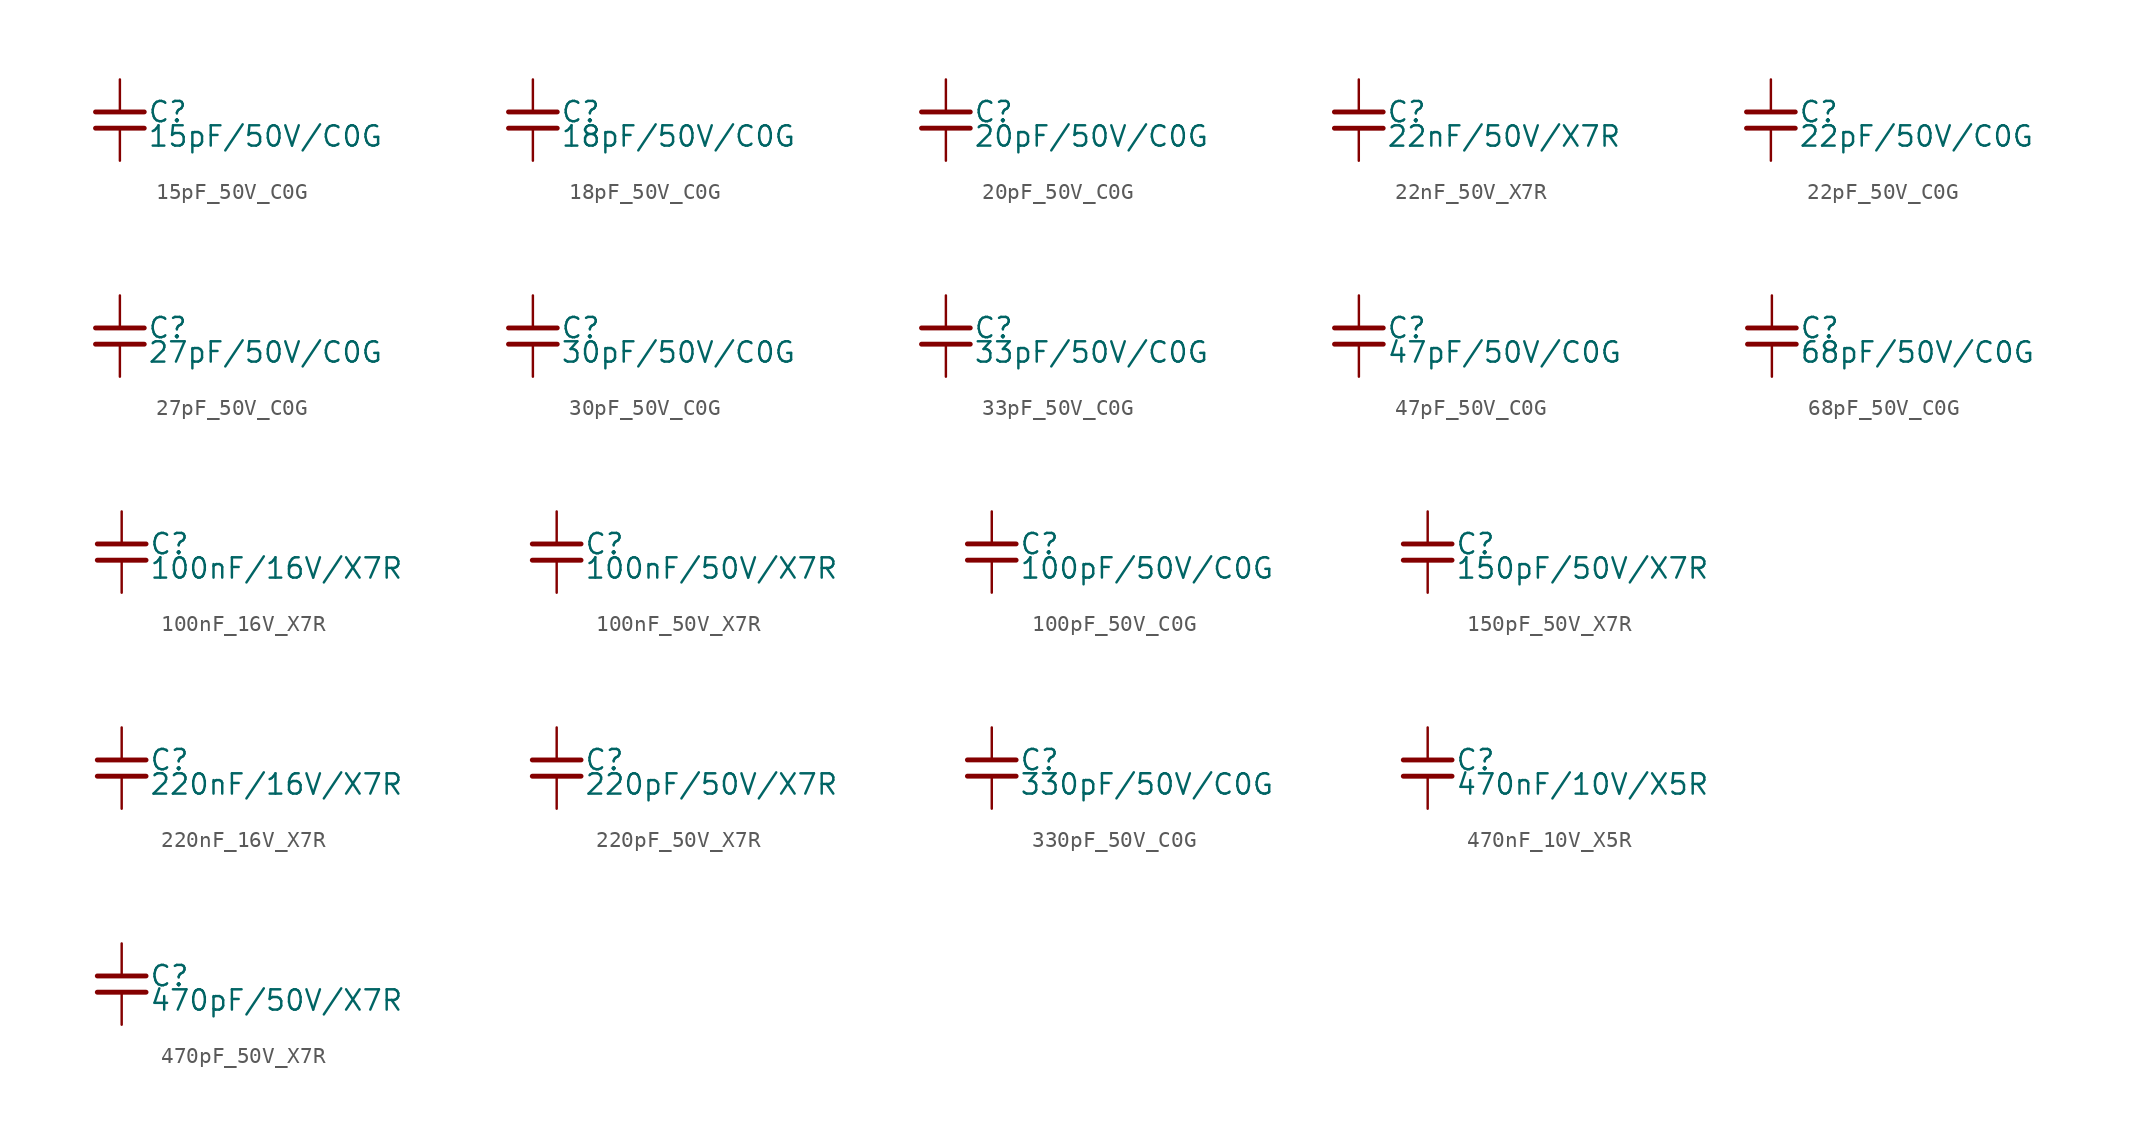
<source format=kicad_sym>
(kicad_symbol_lib
  (version 20211014)
  (generator kicad_symbol_editor)
  (symbol "15pF_50V_C0G "
    (property "Reference" "C"
      (at 1.71 0.508 0)
      (effects (font (size 1.27 1.27)) (justify left)))
    (property "Value" "15pF/50V/C0G "
      (at 1.71 -1.016 0)
      (effects (font (size 1.27 1.27)) (justify left)))
    (property "ki_locked" ""
      (at 0 0 0)
      (effects (font (size 1.27 1.27))))
    (symbol "15pF_50V_C0G _0_0"
      (polyline (pts (xy -1.524 -0.508) (xy 1.524 -0.508)) (stroke (width 0.305) (type default) (color 0 0 0 0)) (fill (type none)))
      (polyline (pts (xy -1.524 0.508) (xy 1.524 0.508)) (stroke (width 0.305) (type default) (color 0 0 0 0)) (fill (type none)))
      (pin passive line (at 0 2.54 270) (length 2.032) (name "~" (effects (font (size 0 0)))) (number "1" (effects (font (size 0 0)))))
      (pin passive line (at 0 -2.54 90) (length 2.032) (name "~" (effects (font (size 0 0)))) (number "2" (effects (font (size 0 0)))))))
  (symbol "18pF_50V_C0G "
    (property "Reference" "C"
      (at 1.71 0.508 0)
      (effects (font (size 1.27 1.27)) (justify left)))
    (property "Value" "18pF/50V/C0G "
      (at 1.71 -1.016 0)
      (effects (font (size 1.27 1.27)) (justify left)))
    (property "ki_locked" ""
      (at 0 0 0)
      (effects (font (size 1.27 1.27))))
    (symbol "18pF_50V_C0G _0_0"
      (polyline (pts (xy -1.524 -0.508) (xy 1.524 -0.508)) (stroke (width 0.305) (type default) (color 0 0 0 0)) (fill (type none)))
      (polyline (pts (xy -1.524 0.508) (xy 1.524 0.508)) (stroke (width 0.305) (type default) (color 0 0 0 0)) (fill (type none)))
      (pin passive line (at 0 2.54 270) (length 2.032) (name "~" (effects (font (size 0 0)))) (number "1" (effects (font (size 0 0)))))
      (pin passive line (at 0 -2.54 90) (length 2.032) (name "~" (effects (font (size 0 0)))) (number "2" (effects (font (size 0 0)))))))
  (symbol "20pF_50V_C0G "
    (property "Reference" "C"
      (at 1.71 0.508 0)
      (effects (font (size 1.27 1.27)) (justify left)))
    (property "Value" "20pF/50V/C0G "
      (at 1.71 -1.016 0)
      (effects (font (size 1.27 1.27)) (justify left)))
    (property "ki_locked" ""
      (at 0 0 0)
      (effects (font (size 1.27 1.27))))
    (symbol "20pF_50V_C0G _0_0"
      (polyline (pts (xy -1.524 -0.508) (xy 1.524 -0.508)) (stroke (width 0.305) (type default) (color 0 0 0 0)) (fill (type none)))
      (polyline (pts (xy -1.524 0.508) (xy 1.524 0.508)) (stroke (width 0.305) (type default) (color 0 0 0 0)) (fill (type none)))
      (pin passive line (at 0 2.54 270) (length 2.032) (name "~" (effects (font (size 0 0)))) (number "1" (effects (font (size 0 0)))))
      (pin passive line (at 0 -2.54 90) (length 2.032) (name "~" (effects (font (size 0 0)))) (number "2" (effects (font (size 0 0)))))))
  (symbol "22nF_50V_X7R "
    (property "Reference" "C"
      (at 1.71 0.508 0)
      (effects (font (size 1.27 1.27)) (justify left)))
    (property "Value" "22nF/50V/X7R "
      (at 1.71 -1.016 0)
      (effects (font (size 1.27 1.27)) (justify left)))
    (property "ki_locked" ""
      (at 0 0 0)
      (effects (font (size 1.27 1.27))))
    (symbol "22nF_50V_X7R _0_0"
      (polyline (pts (xy -1.524 -0.508) (xy 1.524 -0.508)) (stroke (width 0.305) (type default) (color 0 0 0 0)) (fill (type none)))
      (polyline (pts (xy -1.524 0.508) (xy 1.524 0.508)) (stroke (width 0.305) (type default) (color 0 0 0 0)) (fill (type none)))
      (pin passive line (at 0 2.54 270) (length 2.032) (name "~" (effects (font (size 0 0)))) (number "1" (effects (font (size 0 0)))))
      (pin passive line (at 0 -2.54 90) (length 2.032) (name "~" (effects (font (size 0 0)))) (number "2" (effects (font (size 0 0)))))))
  (symbol "22pF_50V_C0G "
    (property "Reference" "C"
      (at 1.71 0.508 0)
      (effects (font (size 1.27 1.27)) (justify left)))
    (property "Value" "22pF/50V/C0G "
      (at 1.71 -1.016 0)
      (effects (font (size 1.27 1.27)) (justify left)))
    (property "ki_locked" ""
      (at 0 0 0)
      (effects (font (size 1.27 1.27))))
    (symbol "22pF_50V_C0G _0_0"
      (polyline (pts (xy -1.524 -0.508) (xy 1.524 -0.508)) (stroke (width 0.305) (type default) (color 0 0 0 0)) (fill (type none)))
      (polyline (pts (xy -1.524 0.508) (xy 1.524 0.508)) (stroke (width 0.305) (type default) (color 0 0 0 0)) (fill (type none)))
      (pin passive line (at 0 2.54 270) (length 2.032) (name "~" (effects (font (size 0 0)))) (number "1" (effects (font (size 0 0)))))
      (pin passive line (at 0 -2.54 90) (length 2.032) (name "~" (effects (font (size 0 0)))) (number "2" (effects (font (size 0 0)))))))
  (symbol "27pF_50V_C0G "
    (property "Reference" "C"
      (at 1.71 0.508 0)
      (effects (font (size 1.27 1.27)) (justify left)))
    (property "Value" "27pF/50V/C0G "
      (at 1.71 -1.016 0)
      (effects (font (size 1.27 1.27)) (justify left)))
    (property "ki_locked" ""
      (at 0 0 0)
      (effects (font (size 1.27 1.27))))
    (symbol "27pF_50V_C0G _0_0"
      (polyline (pts (xy -1.524 -0.508) (xy 1.524 -0.508)) (stroke (width 0.305) (type default) (color 0 0 0 0)) (fill (type none)))
      (polyline (pts (xy -1.524 0.508) (xy 1.524 0.508)) (stroke (width 0.305) (type default) (color 0 0 0 0)) (fill (type none)))
      (pin passive line (at 0 2.54 270) (length 2.032) (name "~" (effects (font (size 0 0)))) (number "1" (effects (font (size 0 0)))))
      (pin passive line (at 0 -2.54 90) (length 2.032) (name "~" (effects (font (size 0 0)))) (number "2" (effects (font (size 0 0)))))))
  (symbol "30pF_50V_C0G "
    (property "Reference" "C"
      (at 1.71 0.508 0)
      (effects (font (size 1.27 1.27)) (justify left)))
    (property "Value" "30pF/50V/C0G "
      (at 1.71 -1.016 0)
      (effects (font (size 1.27 1.27)) (justify left)))
    (property "ki_locked" ""
      (at 0 0 0)
      (effects (font (size 1.27 1.27))))
    (symbol "30pF_50V_C0G _0_0"
      (polyline (pts (xy -1.524 -0.508) (xy 1.524 -0.508)) (stroke (width 0.305) (type default) (color 0 0 0 0)) (fill (type none)))
      (polyline (pts (xy -1.524 0.508) (xy 1.524 0.508)) (stroke (width 0.305) (type default) (color 0 0 0 0)) (fill (type none)))
      (pin passive line (at 0 2.54 270) (length 2.032) (name "~" (effects (font (size 0 0)))) (number "1" (effects (font (size 0 0)))))
      (pin passive line (at 0 -2.54 90) (length 2.032) (name "~" (effects (font (size 0 0)))) (number "2" (effects (font (size 0 0)))))))
  (symbol "33pF_50V_C0G "
    (property "Reference" "C"
      (at 1.71 0.508 0)
      (effects (font (size 1.27 1.27)) (justify left)))
    (property "Value" "33pF/50V/C0G "
      (at 1.71 -1.016 0)
      (effects (font (size 1.27 1.27)) (justify left)))
    (property "ki_locked" ""
      (at 0 0 0)
      (effects (font (size 1.27 1.27))))
    (symbol "33pF_50V_C0G _0_0"
      (polyline (pts (xy -1.524 -0.508) (xy 1.524 -0.508)) (stroke (width 0.305) (type default) (color 0 0 0 0)) (fill (type none)))
      (polyline (pts (xy -1.524 0.508) (xy 1.524 0.508)) (stroke (width 0.305) (type default) (color 0 0 0 0)) (fill (type none)))
      (pin passive line (at 0 2.54 270) (length 2.032) (name "~" (effects (font (size 0 0)))) (number "1" (effects (font (size 0 0)))))
      (pin passive line (at 0 -2.54 90) (length 2.032) (name "~" (effects (font (size 0 0)))) (number "2" (effects (font (size 0 0)))))))
  (symbol "47pF_50V_C0G "
    (property "Reference" "C"
      (at 1.71 0.508 0)
      (effects (font (size 1.27 1.27)) (justify left)))
    (property "Value" "47pF/50V/C0G "
      (at 1.71 -1.016 0)
      (effects (font (size 1.27 1.27)) (justify left)))
    (property "ki_locked" ""
      (at 0 0 0)
      (effects (font (size 1.27 1.27))))
    (symbol "47pF_50V_C0G _0_0"
      (polyline (pts (xy -1.524 -0.508) (xy 1.524 -0.508)) (stroke (width 0.305) (type default) (color 0 0 0 0)) (fill (type none)))
      (polyline (pts (xy -1.524 0.508) (xy 1.524 0.508)) (stroke (width 0.305) (type default) (color 0 0 0 0)) (fill (type none)))
      (pin passive line (at 0 2.54 270) (length 2.032) (name "~" (effects (font (size 0 0)))) (number "1" (effects (font (size 0 0)))))
      (pin passive line (at 0 -2.54 90) (length 2.032) (name "~" (effects (font (size 0 0)))) (number "2" (effects (font (size 0 0)))))))
  (symbol "68pF_50V_C0G "
    (property "Reference" "C"
      (at 1.71 0.508 0)
      (effects (font (size 1.27 1.27)) (justify left)))
    (property "Value" "68pF/50V/C0G "
      (at 1.71 -1.016 0)
      (effects (font (size 1.27 1.27)) (justify left)))
    (property "ki_locked" ""
      (at 0 0 0)
      (effects (font (size 1.27 1.27))))
    (symbol "68pF_50V_C0G _0_0"
      (polyline (pts (xy -1.524 -0.508) (xy 1.524 -0.508)) (stroke (width 0.305) (type default) (color 0 0 0 0)) (fill (type none)))
      (polyline (pts (xy -1.524 0.508) (xy 1.524 0.508)) (stroke (width 0.305) (type default) (color 0 0 0 0)) (fill (type none)))
      (pin passive line (at 0 2.54 270) (length 2.032) (name "~" (effects (font (size 0 0)))) (number "1" (effects (font (size 0 0)))))
      (pin passive line (at 0 -2.54 90) (length 2.032) (name "~" (effects (font (size 0 0)))) (number "2" (effects (font (size 0 0)))))))
  (symbol "100nF_16V_X7R "
    (property "Reference" "C"
      (at 1.71 0.508 0)
      (effects (font (size 1.27 1.27)) (justify left)))
    (property "Value" "100nF/16V/X7R "
      (at 1.71 -1.016 0)
      (effects (font (size 1.27 1.27)) (justify left)))
    (property "ki_locked" ""
      (at 0 0 0)
      (effects (font (size 1.27 1.27))))
    (symbol "100nF_16V_X7R _0_0"
      (polyline (pts (xy -1.524 -0.508) (xy 1.524 -0.508)) (stroke (width 0.305) (type default) (color 0 0 0 0)) (fill (type none)))
      (polyline (pts (xy -1.524 0.508) (xy 1.524 0.508)) (stroke (width 0.305) (type default) (color 0 0 0 0)) (fill (type none)))
      (pin passive line (at 0 2.54 270) (length 2.032) (name "~" (effects (font (size 0 0)))) (number "1" (effects (font (size 0 0)))))
      (pin passive line (at 0 -2.54 90) (length 2.032) (name "~" (effects (font (size 0 0)))) (number "2" (effects (font (size 0 0)))))))
  (symbol "100nF_50V_X7R "
    (property "Reference" "C"
      (at 1.71 0.508 0)
      (effects (font (size 1.27 1.27)) (justify left)))
    (property "Value" "100nF/50V/X7R "
      (at 1.71 -1.016 0)
      (effects (font (size 1.27 1.27)) (justify left)))
    (property "ki_locked" ""
      (at 0 0 0)
      (effects (font (size 1.27 1.27))))
    (symbol "100nF_50V_X7R _0_0"
      (polyline (pts (xy -1.524 -0.508) (xy 1.524 -0.508)) (stroke (width 0.305) (type default) (color 0 0 0 0)) (fill (type none)))
      (polyline (pts (xy -1.524 0.508) (xy 1.524 0.508)) (stroke (width 0.305) (type default) (color 0 0 0 0)) (fill (type none)))
      (pin passive line (at 0 2.54 270) (length 2.032) (name "~" (effects (font (size 0 0)))) (number "1" (effects (font (size 0 0)))))
      (pin passive line (at 0 -2.54 90) (length 2.032) (name "~" (effects (font (size 0 0)))) (number "2" (effects (font (size 0 0)))))))
  (symbol "100pF_50V_C0G "
    (property "Reference" "C"
      (at 1.71 0.508 0)
      (effects (font (size 1.27 1.27)) (justify left)))
    (property "Value" "100pF/50V/C0G "
      (at 1.71 -1.016 0)
      (effects (font (size 1.27 1.27)) (justify left)))
    (property "ki_locked" ""
      (at 0 0 0)
      (effects (font (size 1.27 1.27))))
    (symbol "100pF_50V_C0G _0_0"
      (polyline (pts (xy -1.524 -0.508) (xy 1.524 -0.508)) (stroke (width 0.305) (type default) (color 0 0 0 0)) (fill (type none)))
      (polyline (pts (xy -1.524 0.508) (xy 1.524 0.508)) (stroke (width 0.305) (type default) (color 0 0 0 0)) (fill (type none)))
      (pin passive line (at 0 2.54 270) (length 2.032) (name "~" (effects (font (size 0 0)))) (number "1" (effects (font (size 0 0)))))
      (pin passive line (at 0 -2.54 90) (length 2.032) (name "~" (effects (font (size 0 0)))) (number "2" (effects (font (size 0 0)))))))
  (symbol "150pF_50V_X7R "
    (property "Reference" "C"
      (at 1.71 0.508 0)
      (effects (font (size 1.27 1.27)) (justify left)))
    (property "Value" "150pF/50V/X7R "
      (at 1.71 -1.016 0)
      (effects (font (size 1.27 1.27)) (justify left)))
    (property "ki_locked" ""
      (at 0 0 0)
      (effects (font (size 1.27 1.27))))
    (symbol "150pF_50V_X7R _0_0"
      (polyline (pts (xy -1.524 -0.508) (xy 1.524 -0.508)) (stroke (width 0.305) (type default) (color 0 0 0 0)) (fill (type none)))
      (polyline (pts (xy -1.524 0.508) (xy 1.524 0.508)) (stroke (width 0.305) (type default) (color 0 0 0 0)) (fill (type none)))
      (pin passive line (at 0 2.54 270) (length 2.032) (name "~" (effects (font (size 0 0)))) (number "1" (effects (font (size 0 0)))))
      (pin passive line (at 0 -2.54 90) (length 2.032) (name "~" (effects (font (size 0 0)))) (number "2" (effects (font (size 0 0)))))))
  (symbol "220nF_16V_X7R "
    (property "Reference" "C"
      (at 1.71 0.508 0)
      (effects (font (size 1.27 1.27)) (justify left)))
    (property "Value" "220nF/16V/X7R "
      (at 1.71 -1.016 0)
      (effects (font (size 1.27 1.27)) (justify left)))
    (property "ki_locked" ""
      (at 0 0 0)
      (effects (font (size 1.27 1.27))))
    (symbol "220nF_16V_X7R _0_0"
      (polyline (pts (xy -1.524 -0.508) (xy 1.524 -0.508)) (stroke (width 0.305) (type default) (color 0 0 0 0)) (fill (type none)))
      (polyline (pts (xy -1.524 0.508) (xy 1.524 0.508)) (stroke (width 0.305) (type default) (color 0 0 0 0)) (fill (type none)))
      (pin passive line (at 0 2.54 270) (length 2.032) (name "~" (effects (font (size 0 0)))) (number "1" (effects (font (size 0 0)))))
      (pin passive line (at 0 -2.54 90) (length 2.032) (name "~" (effects (font (size 0 0)))) (number "2" (effects (font (size 0 0)))))))
  (symbol "220pF_50V_X7R "
    (property "Reference" "C"
      (at 1.71 0.508 0)
      (effects (font (size 1.27 1.27)) (justify left)))
    (property "Value" "220pF/50V/X7R "
      (at 1.71 -1.016 0)
      (effects (font (size 1.27 1.27)) (justify left)))
    (property "ki_locked" ""
      (at 0 0 0)
      (effects (font (size 1.27 1.27))))
    (symbol "220pF_50V_X7R _0_0"
      (polyline (pts (xy -1.524 -0.508) (xy 1.524 -0.508)) (stroke (width 0.305) (type default) (color 0 0 0 0)) (fill (type none)))
      (polyline (pts (xy -1.524 0.508) (xy 1.524 0.508)) (stroke (width 0.305) (type default) (color 0 0 0 0)) (fill (type none)))
      (pin passive line (at 0 2.54 270) (length 2.032) (name "~" (effects (font (size 0 0)))) (number "1" (effects (font (size 0 0)))))
      (pin passive line (at 0 -2.54 90) (length 2.032) (name "~" (effects (font (size 0 0)))) (number "2" (effects (font (size 0 0)))))))
  (symbol "330pF_50V_C0G "
    (property "Reference" "C"
      (at 1.71 0.508 0)
      (effects (font (size 1.27 1.27)) (justify left)))
    (property "Value" "330pF/50V/C0G "
      (at 1.71 -1.016 0)
      (effects (font (size 1.27 1.27)) (justify left)))
    (property "ki_locked" ""
      (at 0 0 0)
      (effects (font (size 1.27 1.27))))
    (symbol "330pF_50V_C0G _0_0"
      (polyline (pts (xy -1.524 -0.508) (xy 1.524 -0.508)) (stroke (width 0.305) (type default) (color 0 0 0 0)) (fill (type none)))
      (polyline (pts (xy -1.524 0.508) (xy 1.524 0.508)) (stroke (width 0.305) (type default) (color 0 0 0 0)) (fill (type none)))
      (pin passive line (at 0 2.54 270) (length 2.032) (name "~" (effects (font (size 0 0)))) (number "1" (effects (font (size 0 0)))))
      (pin passive line (at 0 -2.54 90) (length 2.032) (name "~" (effects (font (size 0 0)))) (number "2" (effects (font (size 0 0)))))))
  (symbol "470nF_10V_X5R "
    (property "Reference" "C"
      (at 1.71 0.508 0)
      (effects (font (size 1.27 1.27)) (justify left)))
    (property "Value" "470nF/10V/X5R "
      (at 1.71 -1.016 0)
      (effects (font (size 1.27 1.27)) (justify left)))
    (property "ki_locked" ""
      (at 0 0 0)
      (effects (font (size 1.27 1.27))))
    (symbol "470nF_10V_X5R _0_0"
      (polyline (pts (xy -1.524 -0.508) (xy 1.524 -0.508)) (stroke (width 0.305) (type default) (color 0 0 0 0)) (fill (type none)))
      (polyline (pts (xy -1.524 0.508) (xy 1.524 0.508)) (stroke (width 0.305) (type default) (color 0 0 0 0)) (fill (type none)))
      (pin passive line (at 0 2.54 270) (length 2.032) (name "~" (effects (font (size 0 0)))) (number "1" (effects (font (size 0 0)))))
      (pin passive line (at 0 -2.54 90) (length 2.032) (name "~" (effects (font (size 0 0)))) (number "2" (effects (font (size 0 0)))))))
  (symbol "470pF_50V_X7R "
    (property "Reference" "C"
      (at 1.71 0.508 0)
      (effects (font (size 1.27 1.27)) (justify left)))
    (property "Value" "470pF/50V/X7R "
      (at 1.71 -1.016 0)
      (effects (font (size 1.27 1.27)) (justify left)))
    (property "ki_locked" ""
      (at 0 0 0)
      (effects (font (size 1.27 1.27))))
    (symbol "470pF_50V_X7R _0_0"
      (polyline (pts (xy -1.524 -0.508) (xy 1.524 -0.508)) (stroke (width 0.305) (type default) (color 0 0 0 0)) (fill (type none)))
      (polyline (pts (xy -1.524 0.508) (xy 1.524 0.508)) (stroke (width 0.305) (type default) (color 0 0 0 0)) (fill (type none)))
      (pin passive line (at 0 2.54 270) (length 2.032) (name "~" (effects (font (size 0 0)))) (number "1" (effects (font (size 0 0)))))
      (pin passive line (at 0 -2.54 90) (length 2.032) (name "~" (effects (font (size 0 0)))) (number "2" (effects (font (size 0 0))))))))
</source>
